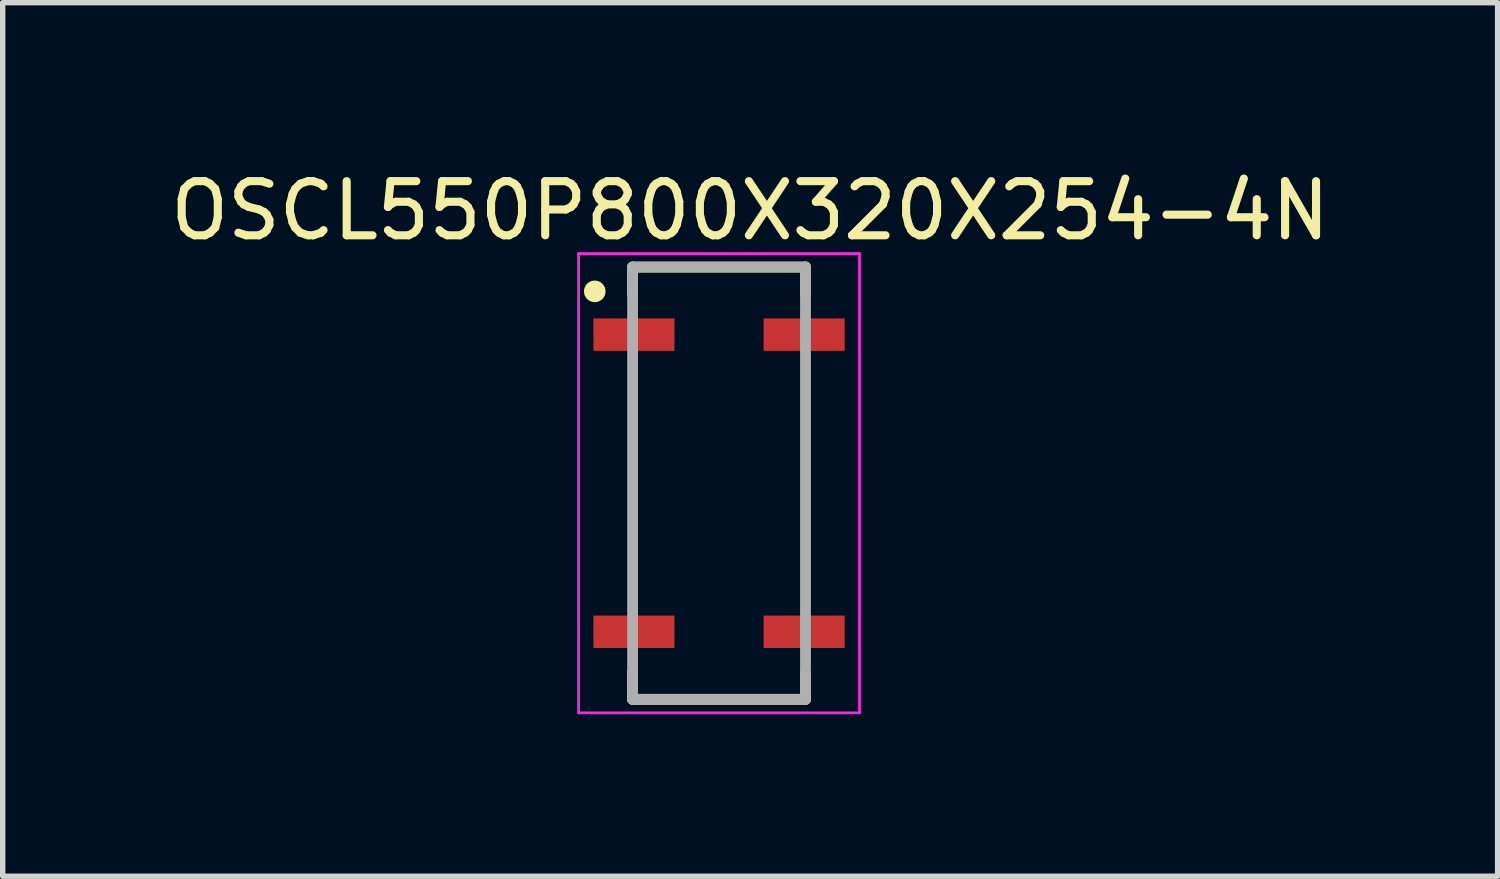
<source format=kicad_pcb>
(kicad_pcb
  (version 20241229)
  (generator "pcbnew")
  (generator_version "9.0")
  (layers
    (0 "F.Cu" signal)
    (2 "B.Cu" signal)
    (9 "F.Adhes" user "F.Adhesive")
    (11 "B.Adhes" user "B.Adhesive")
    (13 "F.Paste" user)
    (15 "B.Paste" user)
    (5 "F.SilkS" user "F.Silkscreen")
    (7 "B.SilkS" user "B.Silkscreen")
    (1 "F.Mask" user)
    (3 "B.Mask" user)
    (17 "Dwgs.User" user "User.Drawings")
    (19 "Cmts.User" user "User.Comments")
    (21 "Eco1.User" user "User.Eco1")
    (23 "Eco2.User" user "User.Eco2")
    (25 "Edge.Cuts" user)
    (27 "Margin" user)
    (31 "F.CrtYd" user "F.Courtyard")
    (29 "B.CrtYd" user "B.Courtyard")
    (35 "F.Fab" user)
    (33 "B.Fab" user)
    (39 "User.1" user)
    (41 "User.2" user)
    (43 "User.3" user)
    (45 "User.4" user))
  (footprint "OSCL550P800X320X254-4N"
    (layer "F.Cu")
    (at 10.258 5.893)
    (property "Reference" "OSCL550P800X320X254-4N" (at 0.576 -5.044 0) (layer "F.SilkS") (effects (font (size 1.002 1.002) (thickness 0.15))))
    (attr smd)
    (fp_line (start -1.6 -4) (end -1.6 -3.5) (stroke (width 0.2) (type solid)) (layer "F.SilkS"))
    (fp_line (start -1.6 4) (end -1.6 3.5) (stroke (width 0.2) (type solid)) (layer "F.SilkS"))
    (fp_line (start 1.6 -4) (end -1.6 -4) (stroke (width 0.2) (type solid)) (layer "F.SilkS"))
    (fp_line (start 1.6 -3.5) (end 1.6 -4) (stroke (width 0.2) (type solid)) (layer "F.SilkS"))
    (fp_line (start 1.6 3.5) (end 1.6 4) (stroke (width 0.2) (type solid)) (layer "F.SilkS"))
    (fp_line (start 1.6 4) (end -1.6 4) (stroke (width 0.2) (type solid)) (layer "F.SilkS"))
    (fp_circle (center -2.3 -3.55) (end -2.2 -3.55) (stroke (width 0.2) (type solid)) (fill no) (layer "F.SilkS"))
    (fp_line (start -2.6 -4.25) (end 2.6 -4.25) (stroke (width 0.05) (type solid)) (layer "F.CrtYd"))
    (fp_line (start -2.6 4.25) (end -2.6 -4.25) (stroke (width 0.05) (type solid)) (layer "F.CrtYd"))
    (fp_line (start 2.6 -4.25) (end 2.6 4.25) (stroke (width 0.05) (type solid)) (layer "F.CrtYd"))
    (fp_line (start 2.6 4.25) (end -2.6 4.25) (stroke (width 0.05) (type solid)) (layer "F.CrtYd"))
    (fp_line (start -1.6 -4) (end 1.6 -4) (stroke (width 0.2) (type solid)) (layer "F.Fab"))
    (fp_line (start -1.6 4) (end -1.6 -4) (stroke (width 0.2) (type solid)) (layer "F.Fab"))
    (fp_line (start 1.6 -4) (end 1.6 4) (stroke (width 0.2) (type solid)) (layer "F.Fab"))
    (fp_line (start 1.6 4) (end -1.6 4) (stroke (width 0.2) (type solid)) (layer "F.Fab"))
    (pad "1" smd rect (at -1.575 -2.75 270) (size 0.6 1.5) (layers "F.Cu" "F.Mask" "F.Paste"))
    (pad "2" smd rect (at -1.575 2.75 270) (size 0.6 1.5) (layers "F.Cu" "F.Mask" "F.Paste"))
    (pad "3" smd rect (at 1.575 2.75 270) (size 0.6 1.5) (layers "F.Cu" "F.Mask" "F.Paste"))
    (pad "4" smd rect (at 1.575 -2.75 270) (size 0.6 1.5) (layers "F.Cu" "F.Mask" "F.Paste")))
  (gr_rect
    (start -3 -3)
    (end 24.668 13.168)
    (stroke (width 0.1) (type default))
    (fill no)
    (layer "Edge.Cuts")))
</source>
